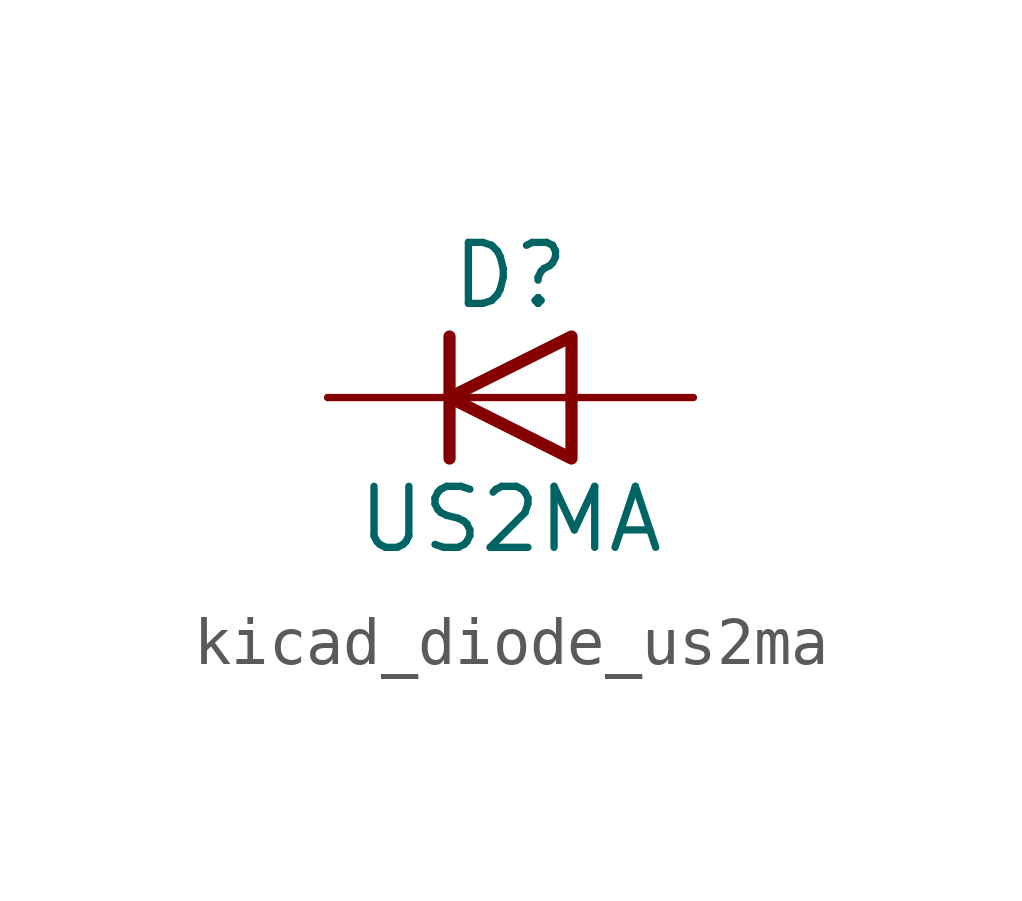
<source format=kicad_sym>
(kicad_symbol_lib
  (version 20220914)
  (generator kicad_symbol_editor)
  (symbol "kicad_diode_us2ma"
    (pin_numbers hide)
    (pin_names hide)
    (property "Reference" "D"
      (at 0 2.54 0)
      (effects (font (size 1.27 1.27))))
    (property "Value" "US2MA"
      (at 0 -2.54 0)
      (effects (font (size 1.27 1.27))))
    (symbol "kicad_diode_us2ma_0_1"
      (polyline (pts (xy -1.27 1.27) (xy -1.27 -1.27)) (stroke (width 0.254) (type default)) (fill (type none)))
      (polyline (pts (xy 1.27 0) (xy -1.27 0)) (stroke (width 0) (type default)) (fill (type none)))
      (polyline (pts (xy 1.27 1.27) (xy 1.27 -1.27) (xy -1.27 0) (xy 1.27 1.27)) (stroke (width 0.254) (type default)) (fill (type none))))
    (symbol "kicad_diode_us2ma_1_1"
      (pin passive line (at -3.81 0 0) (length 2.54) (name "K" (effects (font (size 1.27 1.27)))) (number "1" (effects (font (size 1.27 1.27)))))
      (pin passive line (at 3.81 0 180) (length 2.54) (name "A" (effects (font (size 1.27 1.27)))) (number "2" (effects (font (size 1.27 1.27))))))))
</source>
